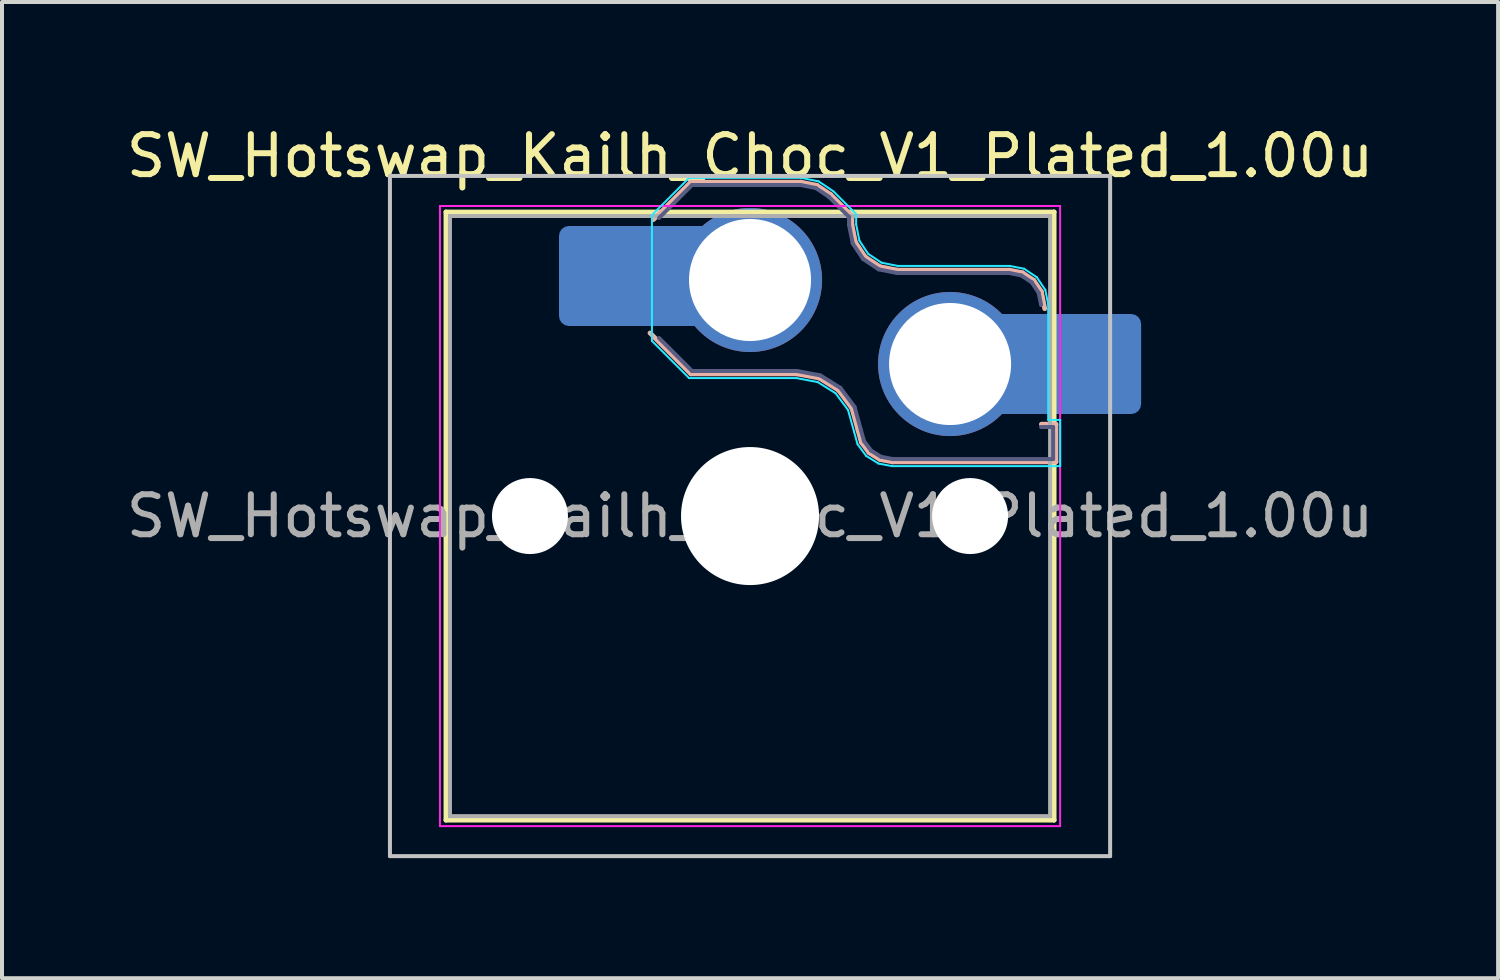
<source format=kicad_pcb>
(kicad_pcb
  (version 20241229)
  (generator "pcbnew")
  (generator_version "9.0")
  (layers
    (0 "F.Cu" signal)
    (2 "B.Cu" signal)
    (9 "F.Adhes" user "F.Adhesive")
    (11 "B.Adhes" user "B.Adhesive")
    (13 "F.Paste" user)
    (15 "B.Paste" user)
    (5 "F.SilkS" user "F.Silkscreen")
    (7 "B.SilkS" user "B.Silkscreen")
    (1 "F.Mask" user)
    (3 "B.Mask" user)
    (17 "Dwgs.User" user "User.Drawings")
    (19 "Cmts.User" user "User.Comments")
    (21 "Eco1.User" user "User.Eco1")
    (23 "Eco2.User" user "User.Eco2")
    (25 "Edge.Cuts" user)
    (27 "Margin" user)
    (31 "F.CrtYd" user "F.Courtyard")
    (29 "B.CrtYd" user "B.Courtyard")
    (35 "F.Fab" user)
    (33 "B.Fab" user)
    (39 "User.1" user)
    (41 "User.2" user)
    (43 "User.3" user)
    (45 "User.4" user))
  (footprint "SW_Hotswap_Kailh_Choc_V1_Plated_1.00u"
    (layer "F.Cu")
    (at 15.696 9.848)
    (property "Reference" "SW_Hotswap_Kailh_Choc_V1_Plated_1.00u" (at 0 -9 0) (layer "F.SilkS") (effects (font (size 1 1) (thickness 0.15))))
    (attr smd)
    (fp_line (start -7.6 -7.6) (end -7.6 7.6) (stroke (width 0.12) (type solid)) (layer "F.SilkS"))
    (fp_line (start -7.6 7.6) (end 7.6 7.6) (stroke (width 0.12) (type solid)) (layer "F.SilkS"))
    (fp_line (start 7.6 -7.6) (end -7.6 -7.6) (stroke (width 0.12) (type solid)) (layer "F.SilkS"))
    (fp_line (start 7.6 7.6) (end 7.6 -7.6) (stroke (width 0.12) (type solid)) (layer "F.SilkS"))
    (fp_line (start -2.416 -7.409) (end -1.479 -8.346) (stroke (width 0.12) (type solid)) (layer "B.SilkS"))
    (fp_line (start -1.479 -8.346) (end 1.268 -8.346) (stroke (width 0.12) (type solid)) (layer "B.SilkS"))
    (fp_line (start -1.479 -3.554) (end -2.5 -4.575) (stroke (width 0.12) (type solid)) (layer "B.SilkS"))
    (fp_line (start 1.168 -3.554) (end -1.479 -3.554) (stroke (width 0.12) (type solid)) (layer "B.SilkS"))
    (fp_line (start 1.268 -8.346) (end 1.671 -8.266) (stroke (width 0.12) (type solid)) (layer "B.SilkS"))
    (fp_line (start 1.671 -8.266) (end 2.013 -8.037) (stroke (width 0.12) (type solid)) (layer "B.SilkS"))
    (fp_line (start 1.73 -3.449) (end 1.168 -3.554) (stroke (width 0.12) (type solid)) (layer "B.SilkS"))
    (fp_line (start 2.013 -8.037) (end 2.546 -7.504) (stroke (width 0.12) (type solid)) (layer "B.SilkS"))
    (fp_line (start 2.209 -3.15) (end 1.73 -3.449) (stroke (width 0.12) (type solid)) (layer "B.SilkS"))
    (fp_line (start 2.546 -7.504) (end 2.546 -7.282) (stroke (width 0.12) (type solid)) (layer "B.SilkS"))
    (fp_line (start 2.546 -7.282) (end 2.633 -6.844) (stroke (width 0.12) (type solid)) (layer "B.SilkS"))
    (fp_line (start 2.547 -2.697) (end 2.209 -3.15) (stroke (width 0.12) (type solid)) (layer "B.SilkS"))
    (fp_line (start 2.633 -6.844) (end 2.877 -6.477) (stroke (width 0.12) (type solid)) (layer "B.SilkS"))
    (fp_line (start 2.701 -2.139) (end 2.547 -2.697) (stroke (width 0.12) (type solid)) (layer "B.SilkS"))
    (fp_line (start 2.783 -1.841) (end 2.701 -2.139) (stroke (width 0.12) (type solid)) (layer "B.SilkS"))
    (fp_line (start 2.877 -6.477) (end 3.244 -6.233) (stroke (width 0.12) (type solid)) (layer "B.SilkS"))
    (fp_line (start 2.976 -1.583) (end 2.783 -1.841) (stroke (width 0.12) (type solid)) (layer "B.SilkS"))
    (fp_line (start 3.244 -6.233) (end 3.682 -6.146) (stroke (width 0.12) (type solid)) (layer "B.SilkS"))
    (fp_line (start 3.25 -1.413) (end 2.976 -1.583) (stroke (width 0.12) (type solid)) (layer "B.SilkS"))
    (fp_line (start 3.56 -1.354) (end 3.25 -1.413) (stroke (width 0.12) (type solid)) (layer "B.SilkS"))
    (fp_line (start 3.682 -6.146) (end 6.482 -6.146) (stroke (width 0.12) (type solid)) (layer "B.SilkS"))
    (fp_line (start 6.482 -6.146) (end 6.809 -6.081) (stroke (width 0.12) (type solid)) (layer "B.SilkS"))
    (fp_line (start 6.809 -6.081) (end 7.092 -5.892) (stroke (width 0.12) (type solid)) (layer "B.SilkS"))
    (fp_line (start 7.092 -5.892) (end 7.281 -5.609) (stroke (width 0.12) (type solid)) (layer "B.SilkS"))
    (fp_line (start 7.281 -5.609) (end 7.366 -5.182) (stroke (width 0.12) (type solid)) (layer "B.SilkS"))
    (fp_line (start 7.283 -2.296) (end 7.646 -2.296) (stroke (width 0.12) (type solid)) (layer "B.SilkS"))
    (fp_line (start 7.646 -2.296) (end 7.646 -1.354) (stroke (width 0.12) (type solid)) (layer "B.SilkS"))
    (fp_line (start 7.646 -1.354) (end 3.56 -1.354) (stroke (width 0.12) (type solid)) (layer "B.SilkS"))
    (fp_line (start -9 -8.5) (end -9 8.5) (stroke (width 0.1) (type solid)) (layer "Dwgs.User"))
    (fp_line (start -9 8.5) (end 9 8.5) (stroke (width 0.1) (type solid)) (layer "Dwgs.User"))
    (fp_line (start 9 -8.5) (end -9 -8.5) (stroke (width 0.1) (type solid)) (layer "Dwgs.User"))
    (fp_line (start 9 8.5) (end 9 -8.5) (stroke (width 0.1) (type solid)) (layer "Dwgs.User"))
    (fp_line (start -7.25 -7.25) (end -7.25 7.25) (stroke (width 0.1) (type solid)) (layer "Eco1.User"))
    (fp_line (start -7.25 7.25) (end 7.25 7.25) (stroke (width 0.1) (type solid)) (layer "Eco1.User"))
    (fp_line (start 7.25 -7.25) (end -7.25 -7.25) (stroke (width 0.1) (type solid)) (layer "Eco1.User"))
    (fp_line (start 7.25 7.25) (end 7.25 -7.25) (stroke (width 0.1) (type solid)) (layer "Eco1.User"))
    (fp_line (start -2.452 -7.523) (end -1.523 -8.452) (stroke (width 0.05) (type solid)) (layer "B.CrtYd"))
    (fp_line (start -2.452 -4.377) (end -2.452 -7.523) (stroke (width 0.05) (type solid)) (layer "B.CrtYd"))
    (fp_line (start -1.523 -8.452) (end 1.278 -8.452) (stroke (width 0.05) (type solid)) (layer "B.CrtYd"))
    (fp_line (start -1.523 -3.448) (end -2.452 -4.377) (stroke (width 0.05) (type solid)) (layer "B.CrtYd"))
    (fp_line (start 1.159 -3.448) (end -1.523 -3.448) (stroke (width 0.05) (type solid)) (layer "B.CrtYd"))
    (fp_line (start 1.278 -8.452) (end 1.712 -8.366) (stroke (width 0.05) (type solid)) (layer "B.CrtYd"))
    (fp_line (start 1.691 -3.348) (end 1.159 -3.448) (stroke (width 0.05) (type solid)) (layer "B.CrtYd"))
    (fp_line (start 1.712 -8.366) (end 2.081 -8.119) (stroke (width 0.05) (type solid)) (layer "B.CrtYd"))
    (fp_line (start 2.081 -8.119) (end 2.652 -7.548) (stroke (width 0.05) (type solid)) (layer "B.CrtYd"))
    (fp_line (start 2.136 -3.071) (end 1.691 -3.348) (stroke (width 0.05) (type solid)) (layer "B.CrtYd"))
    (fp_line (start 2.45 -2.65) (end 2.136 -3.071) (stroke (width 0.05) (type solid)) (layer "B.CrtYd"))
    (fp_line (start 2.599 -2.111) (end 2.45 -2.65) (stroke (width 0.05) (type solid)) (layer "B.CrtYd"))
    (fp_line (start 2.652 -7.548) (end 2.652 -7.292) (stroke (width 0.05) (type solid)) (layer "B.CrtYd"))
    (fp_line (start 2.652 -7.292) (end 2.733 -6.885) (stroke (width 0.05) (type solid)) (layer "B.CrtYd"))
    (fp_line (start 2.687 -1.794) (end 2.599 -2.111) (stroke (width 0.05) (type solid)) (layer "B.CrtYd"))
    (fp_line (start 2.733 -6.885) (end 2.953 -6.553) (stroke (width 0.05) (type solid)) (layer "B.CrtYd"))
    (fp_line (start 2.903 -1.503) (end 2.687 -1.794) (stroke (width 0.05) (type solid)) (layer "B.CrtYd"))
    (fp_line (start 2.953 -6.553) (end 3.285 -6.333) (stroke (width 0.05) (type solid)) (layer "B.CrtYd"))
    (fp_line (start 3.211 -1.312) (end 2.903 -1.503) (stroke (width 0.05) (type solid)) (layer "B.CrtYd"))
    (fp_line (start 3.285 -6.333) (end 3.692 -6.252) (stroke (width 0.05) (type solid)) (layer "B.CrtYd"))
    (fp_line (start 3.55 -1.248) (end 3.211 -1.312) (stroke (width 0.05) (type solid)) (layer "B.CrtYd"))
    (fp_line (start 3.692 -6.252) (end 6.492 -6.252) (stroke (width 0.05) (type solid)) (layer "B.CrtYd"))
    (fp_line (start 6.492 -6.252) (end 6.85 -6.181) (stroke (width 0.05) (type solid)) (layer "B.CrtYd"))
    (fp_line (start 6.85 -6.181) (end 7.168 -5.968) (stroke (width 0.05) (type solid)) (layer "B.CrtYd"))
    (fp_line (start 7.168 -5.968) (end 7.381 -5.65) (stroke (width 0.05) (type solid)) (layer "B.CrtYd"))
    (fp_line (start 7.381 -5.65) (end 7.452 -5.292) (stroke (width 0.05) (type solid)) (layer "B.CrtYd"))
    (fp_line (start 7.452 -5.292) (end 7.452 -2.402) (stroke (width 0.05) (type solid)) (layer "B.CrtYd"))
    (fp_line (start 7.452 -2.402) (end 7.752 -2.402) (stroke (width 0.05) (type solid)) (layer "B.CrtYd"))
    (fp_line (start 7.752 -2.402) (end 7.752 -1.248) (stroke (width 0.05) (type solid)) (layer "B.CrtYd"))
    (fp_line (start 7.752 -1.248) (end 3.55 -1.248) (stroke (width 0.05) (type solid)) (layer "B.CrtYd"))
    (fp_line (start -7.75 -7.75) (end -7.75 7.75) (stroke (width 0.05) (type solid)) (layer "F.CrtYd"))
    (fp_line (start -7.75 7.75) (end 7.75 7.75) (stroke (width 0.05) (type solid)) (layer "F.CrtYd"))
    (fp_line (start 7.75 -7.75) (end -7.75 -7.75) (stroke (width 0.05) (type solid)) (layer "F.CrtYd"))
    (fp_line (start 7.75 7.75) (end 7.75 -7.75) (stroke (width 0.05) (type solid)) (layer "F.CrtYd"))
    (fp_line (start -2.275 -7.45) (end -1.45 -8.275) (stroke (width 0.1) (type solid)) (layer "B.Fab"))
    (fp_line (start -1.45 -8.275) (end 1.261 -8.275) (stroke (width 0.1) (type solid)) (layer "B.Fab"))
    (fp_line (start -1.45 -3.625) (end -2.275 -4.45) (stroke (width 0.1) (type solid)) (layer "B.Fab"))
    (fp_line (start 1.175 -3.625) (end -1.45 -3.625) (stroke (width 0.1) (type solid)) (layer "B.Fab"))
    (fp_line (start 1.261 -8.275) (end 1.643 -8.199) (stroke (width 0.1) (type solid)) (layer "B.Fab"))
    (fp_line (start 1.643 -8.199) (end 1.968 -7.982) (stroke (width 0.1) (type solid)) (layer "B.Fab"))
    (fp_line (start 1.756 -3.516) (end 1.175 -3.625) (stroke (width 0.1) (type solid)) (layer "B.Fab"))
    (fp_line (start 1.968 -7.982) (end 2.475 -7.475) (stroke (width 0.1) (type solid)) (layer "B.Fab"))
    (fp_line (start 2.258 -3.203) (end 1.756 -3.516) (stroke (width 0.1) (type solid)) (layer "B.Fab"))
    (fp_line (start 2.475 -7.475) (end 2.475 -7.275) (stroke (width 0.1) (type solid)) (layer "B.Fab"))
    (fp_line (start 2.475 -7.275) (end 2.566 -6.816) (stroke (width 0.1) (type solid)) (layer "B.Fab"))
    (fp_line (start 2.566 -6.816) (end 2.826 -6.426) (stroke (width 0.1) (type solid)) (layer "B.Fab"))
    (fp_line (start 2.612 -2.729) (end 2.258 -3.203) (stroke (width 0.1) (type solid)) (layer "B.Fab"))
    (fp_line (start 2.769 -2.158) (end 2.612 -2.729) (stroke (width 0.1) (type solid)) (layer "B.Fab"))
    (fp_line (start 2.826 -6.426) (end 3.216 -6.166) (stroke (width 0.1) (type solid)) (layer "B.Fab"))
    (fp_line (start 2.848 -1.873) (end 2.769 -2.158) (stroke (width 0.1) (type solid)) (layer "B.Fab"))
    (fp_line (start 3.025 -1.636) (end 2.848 -1.873) (stroke (width 0.1) (type solid)) (layer "B.Fab"))
    (fp_line (start 3.216 -6.166) (end 3.675 -6.075) (stroke (width 0.1) (type solid)) (layer "B.Fab"))
    (fp_line (start 3.276 -1.48) (end 3.025 -1.636) (stroke (width 0.1) (type solid)) (layer "B.Fab"))
    (fp_line (start 3.567 -1.425) (end 3.276 -1.48) (stroke (width 0.1) (type solid)) (layer "B.Fab"))
    (fp_line (start 3.675 -6.075) (end 6.475 -6.075) (stroke (width 0.1) (type solid)) (layer "B.Fab"))
    (fp_line (start 6.475 -6.075) (end 6.781 -6.014) (stroke (width 0.1) (type solid)) (layer "B.Fab"))
    (fp_line (start 6.781 -6.014) (end 7.041 -5.841) (stroke (width 0.1) (type solid)) (layer "B.Fab"))
    (fp_line (start 7.041 -5.841) (end 7.214 -5.581) (stroke (width 0.1) (type solid)) (layer "B.Fab"))
    (fp_line (start 7.214 -5.581) (end 7.275 -5.275) (stroke (width 0.1) (type solid)) (layer "B.Fab"))
    (fp_line (start 7.275 -2.225) (end 7.575 -2.225) (stroke (width 0.1) (type solid)) (layer "B.Fab"))
    (fp_line (start 7.575 -2.225) (end 7.575 -1.425) (stroke (width 0.1) (type solid)) (layer "B.Fab"))
    (fp_line (start 7.575 -1.425) (end 3.567 -1.425) (stroke (width 0.1) (type solid)) (layer "B.Fab"))
    (fp_line (start -7.5 -7.5) (end -7.5 7.5) (stroke (width 0.1) (type solid)) (layer "F.Fab"))
    (fp_line (start -7.5 7.5) (end 7.5 7.5) (stroke (width 0.1) (type solid)) (layer "F.Fab"))
    (fp_line (start 7.5 -7.5) (end -7.5 -7.5) (stroke (width 0.1) (type solid)) (layer "F.Fab"))
    (fp_line (start 7.5 7.5) (end 7.5 -7.5) (stroke (width 0.1) (type solid)) (layer "F.Fab"))
    (fp_text user "${REFERENCE}" (at 0 0 0) (layer "F.Fab") (effects (font (size 1 1) (thickness 0.15))))
    (pad "" np_thru_hole circle (at -5.5 0) (size 1.9 1.9) (drill 1.9) (layers "*.Cu" "*.Mask"))
    (pad "" smd roundrect (at -3.5 -6) (size 2.55 2.5) (layers "B.Mask" "B.Paste") (roundrect_rratio 0.1))
    (pad "" smd circle (at 0 -5.9) (size 3.1 3.1) (layers "F.Mask"))
    (pad "" np_thru_hole circle (at 0 0) (size 3.45 3.45) (drill 3.45) (layers "*.Cu" "*.Mask"))
    (pad "" smd circle (at 5 -3.8) (size 3.1 3.1) (layers "F.Mask"))
    (pad "" np_thru_hole circle (at 5.5 0) (size 1.9 1.9) (drill 1.9) (layers "*.Cu" "*.Mask"))
    (pad "" smd roundrect (at 8.5 -3.8) (size 2.55 2.5) (layers "B.Mask" "B.Paste") (roundrect_rratio 0.1))
    (pad "1" smd roundrect (at -2.85 -6) (size 3.85 2.5) (layers "B.Cu") (roundrect_rratio 0.1))
    (pad "1" thru_hole circle (at 0 -5.9) (size 3.6 3.6) (drill 3.05) (layers "*.Cu" "B.Mask"))
    (pad "2" thru_hole circle (at 5 -3.8) (size 3.6 3.6) (drill 3.05) (layers "*.Cu" "B.Mask"))
    (pad "2" smd roundrect (at 7.85 -3.8) (size 3.85 2.5) (layers "B.Cu") (roundrect_rratio 0.1)))
  (gr_rect
    (start -3 -3)
    (end 34.393 21.398)
    (stroke (width 0.1) (type default))
    (fill no)
    (layer "Edge.Cuts")))
</source>
